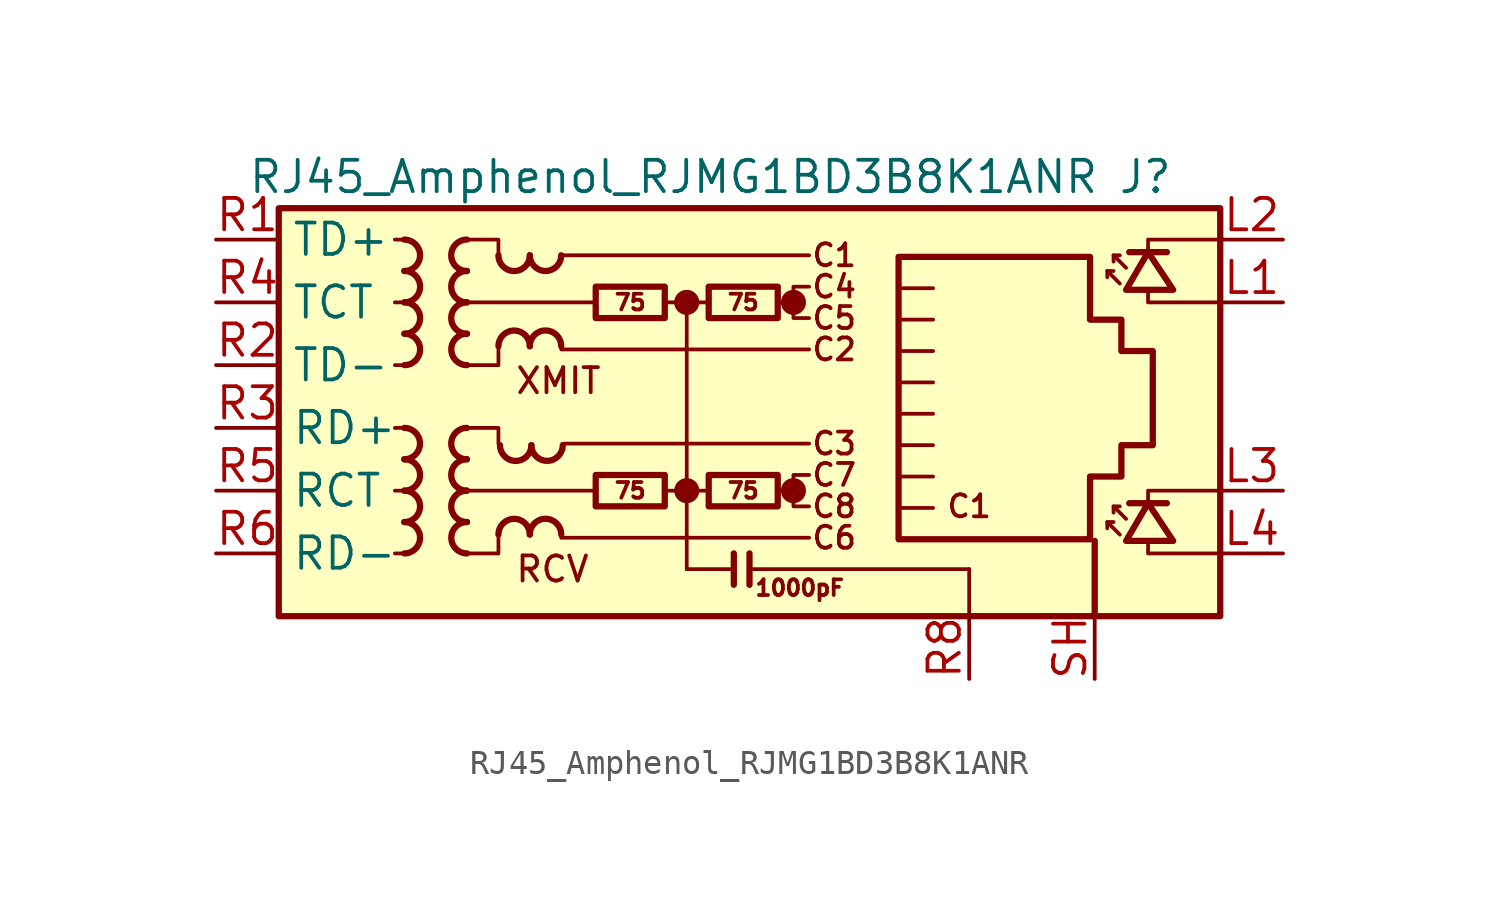
<source format=kicad_sym>
(kicad_symbol_lib
  (version 20220914)
  (generator kicad_symbol_editor)
  (symbol "RJ45_Amphenol_RJMG1BD3B8K1ANR"
    (property "Reference" "J"
      (at 18.415 10.16 0)
      (effects (font (size 1.27 1.27)) (justify right)))
    (property "Value" "RJ45_Amphenol_RJMG1BD3B8K1ANR"
      (at -19.05 10.16 0)
      (effects (font (size 1.27 1.27)) (justify left)))
    (symbol "RJ45_Amphenol_RJMG1BD3B8K1ANR_0_0"
      (circle (center -1.27 -2.54) (radius 0.0001) (stroke (width 0.508) (type default)) (fill (type none)))
      (circle (center -1.27 5.08) (radius 0.0001) (stroke (width 0.508) (type default)) (fill (type none)))
      (polyline (pts (xy -1.27 5.08) (xy -1.27 -5.715)) (stroke (width 0) (type default)) (fill (type none)))
      (polyline (pts (xy 0.635 -5.08) (xy 0.635 -6.35)) (stroke (width 0.254) (type default)) (fill (type none)))
      (polyline (pts (xy 1.27 -5.08) (xy 1.27 -6.35)) (stroke (width 0.254) (type default)) (fill (type none)))
      (polyline (pts (xy 3.048 -2.54) (xy 2.54 -2.54)) (stroke (width 0) (type default)) (fill (type none)))
      (polyline (pts (xy 3.048 5.08) (xy 2.54 5.08)) (stroke (width 0) (type default)) (fill (type none)))
      (polyline (pts (xy 17.399 -3.175) (xy 17.399 -2.54) (xy 20.32 -2.54)) (stroke (width 0) (type default)) (fill (type none)))
      (polyline (pts (xy 17.399 6.985) (xy 17.399 7.62) (xy 20.32 7.62)) (stroke (width 0) (type default)) (fill (type none)))
      (polyline (pts (xy 20.32 -5.08) (xy 17.399 -5.08) (xy 17.399 -4.572)) (stroke (width 0) (type default)) (fill (type none)))
      (polyline (pts (xy 20.32 5.08) (xy 17.399 5.08) (xy 17.399 5.588)) (stroke (width 0) (type default)) (fill (type none)))
      (polyline (pts (xy 3.683 -1.905) (xy 3.048 -1.905) (xy 3.048 -3.175) (xy 3.683 -3.175)) (stroke (width 0) (type default)) (fill (type none)))
      (polyline (pts (xy 3.683 5.715) (xy 3.048 5.715) (xy 3.048 4.445) (xy 3.683 4.445)) (stroke (width 0) (type default)) (fill (type none)))
      (circle (center 3.048 -2.54) (radius 0.0001) (stroke (width 0.508) (type default)) (fill (type none)))
      (circle (center 3.048 5.08) (radius 0.0001) (stroke (width 0.508) (type default)) (fill (type none)))
      (text "C1" (at 4.699 6.985 0) (effects (font (size 0.889 0.889))))
      (text "C1" (at 10.16 -3.175 0) (effects (font (size 0.889 0.889))))
      (text "C2" (at 4.699 3.175 0) (effects (font (size 0.889 0.889))))
      (text "C3" (at 4.699 -0.635 0) (effects (font (size 0.889 0.889))))
      (text "C4" (at 4.699 5.715 0) (effects (font (size 0.889 0.889))))
      (text "C5" (at 4.699 4.445 0) (effects (font (size 0.889 0.889))))
      (text "C6" (at 4.699 -4.445 0) (effects (font (size 0.889 0.889))))
      (text "C7" (at 4.699 -1.905 0) (effects (font (size 0.889 0.889))))
      (text "C8" (at 4.699 -3.175 0) (effects (font (size 0.889 0.889))))
      (text "RCV" (at -8.255 -5.715 0) (effects (font (size 1.016 1.016)) (justify left)))
      (text "XMIT" (at -8.255 1.905 0) (effects (font (size 1.016 1.016)) (justify left))))
    (symbol "RJ45_Amphenol_RJMG1BD3B8K1ANR_0_1"
      (rectangle (start -17.78 8.89) (end 20.32 -7.62) (stroke (width 0.254) (type default)) (fill (type background)))
      (polyline (pts (xy -12.7 -5.08) (xy -13.081 -5.08)) (stroke (width 0) (type default)) (fill (type none)))
      (polyline (pts (xy -12.7 -2.54) (xy -13.081 -2.54)) (stroke (width 0) (type default)) (fill (type none)))
      (polyline (pts (xy -12.7 0) (xy -13.081 0)) (stroke (width 0) (type default)) (fill (type none)))
      (polyline (pts (xy -12.7 2.54) (xy -13.081 2.54)) (stroke (width 0) (type default)) (fill (type none)))
      (polyline (pts (xy -12.7 5.08) (xy -13.081 5.08)) (stroke (width 0) (type default)) (fill (type none)))
      (polyline (pts (xy -12.7 7.62) (xy -13.081 7.62)) (stroke (width 0) (type default)) (fill (type none)))
      (polyline (pts (xy -6.35 -4.445) (xy 3.683 -4.445)) (stroke (width 0) (type default)) (fill (type none)))
      (polyline (pts (xy -6.35 3.175) (xy 3.683 3.175)) (stroke (width 0) (type default)) (fill (type none)))
      (polyline (pts (xy -6.35 6.985) (xy 3.683 6.985)) (stroke (width 0) (type default)) (fill (type none)))
      (polyline (pts (xy -6.223 -0.635) (xy 3.683 -0.635)) (stroke (width 0) (type default)) (fill (type none)))
      (polyline (pts (xy -5.08 -2.54) (xy -10.16 -2.54)) (stroke (width 0) (type default)) (fill (type none)))
      (polyline (pts (xy -4.953 5.08) (xy -10.16 5.08)) (stroke (width 0) (type default)) (fill (type none)))
      (polyline (pts (xy -2.159 -2.54) (xy -0.381 -2.54)) (stroke (width 0) (type default)) (fill (type none)))
      (polyline (pts (xy -2.159 5.08) (xy -0.381 5.08)) (stroke (width 0) (type default)) (fill (type none)))
      (polyline (pts (xy 0.635 -5.715) (xy -1.27 -5.715)) (stroke (width 0) (type default)) (fill (type none)))
      (polyline (pts (xy 7.429 -1.968) (xy 8.7 -1.968)) (stroke (width 0) (type default)) (fill (type none)))
      (polyline (pts (xy 7.429 -0.699) (xy 8.7 -0.699)) (stroke (width 0) (type default)) (fill (type none)))
      (polyline (pts (xy 7.429 0.572) (xy 8.7 0.572)) (stroke (width 0) (type default)) (fill (type none)))
      (polyline (pts (xy 7.429 1.841) (xy 8.7 1.841)) (stroke (width 0) (type default)) (fill (type none)))
      (polyline (pts (xy 7.429 3.111) (xy 8.7 3.111)) (stroke (width 0) (type default)) (fill (type none)))
      (polyline (pts (xy 8.7 -3.239) (xy 7.429 -3.239)) (stroke (width 0) (type default)) (fill (type none)))
      (polyline (pts (xy 8.7 4.381) (xy 7.429 4.381)) (stroke (width 0) (type default)) (fill (type none)))
      (polyline (pts (xy 8.7 5.652) (xy 7.429 5.652)) (stroke (width 0) (type default)) (fill (type none)))
      (polyline (pts (xy 10.16 -5.715) (xy 1.27 -5.715)) (stroke (width 0) (type default)) (fill (type none)))
      (polyline (pts (xy 10.16 -5.715) (xy 10.16 -7.62)) (stroke (width 0) (type default)) (fill (type none)))
      (polyline (pts (xy -10.16 0) (xy -8.89 0) (xy -8.89 -0.635)) (stroke (width 0) (type default)) (fill (type none)))
      (polyline (pts (xy -10.16 7.62) (xy -8.89 7.62) (xy -8.89 6.985)) (stroke (width 0) (type default)) (fill (type none)))
      (polyline (pts (xy -8.89 -4.445) (xy -8.89 -5.08) (xy -10.16 -5.08)) (stroke (width 0) (type default)) (fill (type none)))
      (polyline (pts (xy -8.89 3.175) (xy -8.89 2.54) (xy -10.16 2.54)) (stroke (width 0) (type default)) (fill (type none))))
    (symbol "RJ45_Amphenol_RJMG1BD3B8K1ANR_1_0"
      (text "1000pF" (at 3.302 -6.477 0) (effects (font (size 0.635 0.635)))))
    (symbol "RJ45_Amphenol_RJMG1BD3B8K1ANR_1_1"
      (arc (start -12.7 -1.27) (mid -12.0677 -0.635) (end -12.7 0) (stroke (width 0.254) (type default)) (fill (type none)))
      (arc (start -12.6973 -5.08) (mid -12.065 -4.445) (end -12.6973 -3.81) (stroke (width 0.254) (type default)) (fill (type none)))
      (arc (start -12.6973 -3.81) (mid -12.065 -3.175) (end -12.6973 -2.54) (stroke (width 0.254) (type default)) (fill (type none)))
      (arc (start -12.6973 -2.54) (mid -12.065 -1.905) (end -12.6973 -1.27) (stroke (width 0.254) (type default)) (fill (type none)))
      (arc (start -12.6973 6.35) (mid -12.065 6.985) (end -12.6973 7.62) (stroke (width 0.254) (type default)) (fill (type none)))
      (arc (start -12.6946 2.54) (mid -12.0623 3.175) (end -12.6946 3.81) (stroke (width 0.254) (type default)) (fill (type none)))
      (arc (start -12.6946 3.81) (mid -12.0623 4.445) (end -12.6946 5.08) (stroke (width 0.254) (type default)) (fill (type none)))
      (arc (start -12.6946 5.08) (mid -12.0623 5.715) (end -12.6946 6.35) (stroke (width 0.254) (type default)) (fill (type none)))
      (arc (start -10.1654 -2.54) (mid -10.7977 -3.175) (end -10.1654 -3.81) (stroke (width 0.254) (type default)) (fill (type none)))
      (arc (start -10.1654 -1.27) (mid -10.7977 -1.905) (end -10.1654 -2.54) (stroke (width 0.254) (type default)) (fill (type none)))
      (arc (start -10.1654 0) (mid -10.7977 -0.635) (end -10.1654 -1.27) (stroke (width 0.254) (type default)) (fill (type none)))
      (arc (start -10.1654 5.08) (mid -10.7977 4.445) (end -10.1654 3.81) (stroke (width 0.254) (type default)) (fill (type none)))
      (arc (start -10.1654 6.35) (mid -10.7977 5.715) (end -10.1654 5.08) (stroke (width 0.254) (type default)) (fill (type none)))
      (arc (start -10.1654 7.62) (mid -10.7977 6.985) (end -10.1654 6.35) (stroke (width 0.254) (type default)) (fill (type none)))
      (arc (start -10.1627 -3.81) (mid -10.795 -4.445) (end -10.1627 -5.08) (stroke (width 0.254) (type default)) (fill (type none)))
      (arc (start -10.1627 3.81) (mid -10.795 3.175) (end -10.1627 2.54) (stroke (width 0.254) (type default)) (fill (type none)))
      (arc (start -8.89 6.9823) (mid -8.255 6.35) (end -7.62 6.9823) (stroke (width 0.254) (type default)) (fill (type none)))
      (arc (start -8.8265 -0.7012) (mid -8.1915 -1.3335) (end -7.5565 -0.7012) (stroke (width 0.254) (type default)) (fill (type none)))
      (arc (start -7.62 -4.3153) (mid -8.255 -3.683) (end -8.89 -4.3153) (stroke (width 0.254) (type default)) (fill (type none)))
      (arc (start -7.62 3.3047) (mid -8.255 3.937) (end -8.89 3.3047) (stroke (width 0.254) (type default)) (fill (type none)))
      (arc (start -7.62 6.985) (mid -6.985 6.3527) (end -6.35 6.985) (stroke (width 0.254) (type default)) (fill (type none)))
      (arc (start -7.5565 -0.6985) (mid -6.9215 -1.3308) (end -6.2865 -0.6985) (stroke (width 0.254) (type default)) (fill (type none)))
      (arc (start -6.35 -4.3126) (mid -6.985 -3.6803) (end -7.62 -4.3126) (stroke (width 0.254) (type default)) (fill (type none)))
      (arc (start -6.35 3.3074) (mid -6.985 3.9397) (end -7.62 3.3074) (stroke (width 0.254) (type default)) (fill (type none)))
      (rectangle (start -4.953 -1.905) (end -2.159 -3.175) (stroke (width 0.254) (type default)) (fill (type none)))
      (rectangle (start -4.953 5.715) (end -2.159 4.445) (stroke (width 0.254) (type default)) (fill (type none)))
      (rectangle (start -0.381 -1.905) (end 2.413 -3.175) (stroke (width 0.254) (type default)) (fill (type none)))
      (rectangle (start -0.381 5.715) (end 2.413 4.445) (stroke (width 0.254) (type default)) (fill (type none)))
      (polyline (pts (xy 15.24 -7.62) (xy 15.24 -4.572)) (stroke (width 0.254) (type default)) (fill (type none)))
      (polyline (pts (xy 15.748 -3.81) (xy 15.748 -4.064)) (stroke (width 0) (type default)) (fill (type none)))
      (polyline (pts (xy 15.748 6.35) (xy 15.748 6.096)) (stroke (width 0) (type default)) (fill (type none)))
      (polyline (pts (xy 16.002 -3.175) (xy 16.002 -3.429)) (stroke (width 0) (type default)) (fill (type none)))
      (polyline (pts (xy 16.002 6.985) (xy 16.002 6.731)) (stroke (width 0) (type default)) (fill (type none)))
      (polyline (pts (xy 16.637 -3.048) (xy 18.161 -3.048)) (stroke (width 0.254) (type default)) (fill (type none)))
      (polyline (pts (xy 16.637 7.112) (xy 18.161 7.112)) (stroke (width 0.254) (type default)) (fill (type none)))
      (polyline (pts (xy 16.256 -4.318) (xy 15.748 -3.81) (xy 16.002 -3.81)) (stroke (width 0) (type default)) (fill (type none)))
      (polyline (pts (xy 16.256 5.842) (xy 15.748 6.35) (xy 16.002 6.35)) (stroke (width 0) (type default)) (fill (type none)))
      (polyline (pts (xy 16.51 -3.683) (xy 16.002 -3.175) (xy 16.256 -3.175)) (stroke (width 0) (type default)) (fill (type none)))
      (polyline (pts (xy 16.51 6.477) (xy 16.002 6.985) (xy 16.256 6.985)) (stroke (width 0) (type default)) (fill (type none)))
      (polyline (pts (xy 16.51 -4.572) (xy 18.415 -4.572) (xy 17.399 -3.048) (xy 16.51 -4.572)) (stroke (width 0.254) (type default)) (fill (type none)))
      (polyline (pts (xy 16.51 5.588) (xy 18.415 5.588) (xy 17.399 7.112) (xy 16.51 5.588)) (stroke (width 0.254) (type default)) (fill (type none)))
      (polyline (pts (xy 7.303 -4.508) (xy 7.303 6.921) (xy 15.05 6.921) (xy 15.05 4.381) (xy 16.32 4.381) (xy 16.32 3.111) (xy 17.59 3.111) (xy 17.59 -0.699) (xy 16.32 -0.699) (xy 16.32 -1.968) (xy 15.05 -1.968) (xy 15.05 -4.508) (xy 7.303 -4.508)) (stroke (width 0.254) (type default)) (fill (type none)))
      (text "75" (at -3.556 -2.54 0) (effects (font (size 0.635 0.635))))
      (text "75" (at -3.556 5.08 0) (effects (font (size 0.635 0.635))))
      (text "75" (at 1.016 -2.54 0) (effects (font (size 0.635 0.635))))
      (text "75" (at 1.016 5.08 0) (effects (font (size 0.635 0.635))))
      (pin passive line (at 22.86 5.08 180) (length 2.54) (name "" (effects (font (size 1.27 1.27)))) (number "L1" (effects (font (size 1.27 1.27)))))
      (pin passive line (at 22.86 7.62 180) (length 2.54) (name "" (effects (font (size 1.27 1.27)))) (number "L2" (effects (font (size 1.27 1.27)))))
      (pin passive line (at 22.86 -2.54 180) (length 2.54) (name "" (effects (font (size 1.27 1.27)))) (number "L3" (effects (font (size 1.27 1.27)))))
      (pin passive line (at 22.86 -5.08 180) (length 2.54) (name "" (effects (font (size 1.27 1.27)))) (number "L4" (effects (font (size 1.27 1.27)))))
      (pin passive line (at -20.32 7.62 0) (length 2.54) (name "TD+" (effects (font (size 1.27 1.27)))) (number "R1" (effects (font (size 1.27 1.27)))))
      (pin passive line (at -20.32 2.54 0) (length 2.54) (name "TD-" (effects (font (size 1.27 1.27)))) (number "R2" (effects (font (size 1.27 1.27)))))
      (pin passive line (at -20.32 0 0) (length 2.54) (name "RD+" (effects (font (size 1.27 1.27)))) (number "R3" (effects (font (size 1.27 1.27)))))
      (pin passive line (at -20.32 5.08 0) (length 2.54) (name "TCT" (effects (font (size 1.27 1.27)))) (number "R4" (effects (font (size 1.27 1.27)))))
      (pin passive line (at -20.32 -2.54 0) (length 2.54) (name "RCT" (effects (font (size 1.27 1.27)))) (number "R5" (effects (font (size 1.27 1.27)))))
      (pin passive line (at -20.32 -5.08 0) (length 2.54) (name "RD-" (effects (font (size 1.27 1.27)))) (number "R6" (effects (font (size 1.27 1.27)))))
      (pin no_connect line (at 20.32 0 0) (length 0) hide (name "NC" (effects (font (size 1.27 1.27)))) (number "R7" (effects (font (size 1.27 1.27)))))
      (pin power_in line (at 10.16 -10.16 90) (length 2.54) (name "" (effects (font (size 1.27 1.27)))) (number "R8" (effects (font (size 1.27 1.27)))))
      (pin passive line (at 15.24 -10.16 90) (length 2.54) (name "" (effects (font (size 1.27 1.27)))) (number "SH" (effects (font (size 1.27 1.27))))))))
</source>
